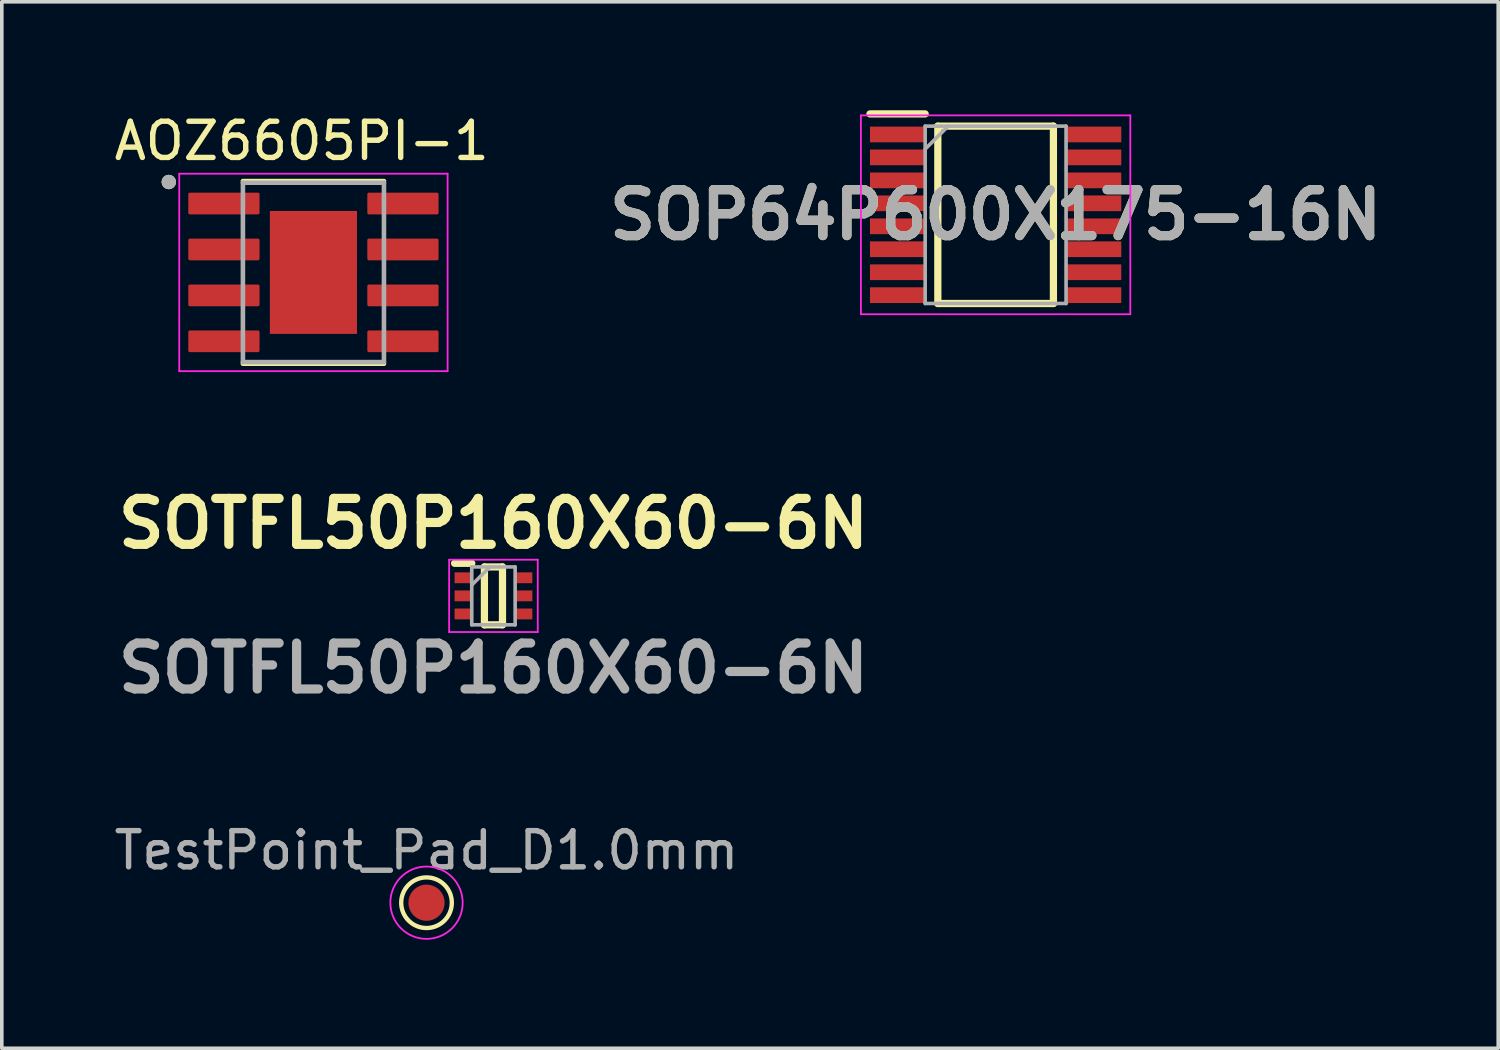
<source format=kicad_pcb>
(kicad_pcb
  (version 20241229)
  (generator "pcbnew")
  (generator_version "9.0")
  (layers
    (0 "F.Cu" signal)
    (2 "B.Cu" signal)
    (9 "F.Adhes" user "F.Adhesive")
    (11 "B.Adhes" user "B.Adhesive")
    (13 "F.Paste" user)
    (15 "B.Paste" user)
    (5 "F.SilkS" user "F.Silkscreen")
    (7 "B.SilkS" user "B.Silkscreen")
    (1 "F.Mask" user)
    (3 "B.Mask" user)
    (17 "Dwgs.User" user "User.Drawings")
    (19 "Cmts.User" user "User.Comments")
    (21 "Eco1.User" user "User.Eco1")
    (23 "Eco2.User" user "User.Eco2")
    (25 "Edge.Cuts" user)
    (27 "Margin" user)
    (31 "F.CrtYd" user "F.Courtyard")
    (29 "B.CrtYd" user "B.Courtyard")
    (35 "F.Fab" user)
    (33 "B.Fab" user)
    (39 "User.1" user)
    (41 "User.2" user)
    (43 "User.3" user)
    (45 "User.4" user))
  (footprint "TestPoint_Pad_D1.0mm"
    (layer "F.Cu")
    (at 8.744 21.912)
    (property "Reference" "TestPoint_Pad_D1.0mm" (at 0 -1.448 0) (layer "F.Fab") (effects (font (size 1 1) (thickness 0.15))))
    (attr exclude_from_pos_files)
    (fp_circle (center 0 0) (end 0 0.7) (stroke (width 0.12) (type solid)) (fill no) (layer "F.SilkS"))
    (fp_circle (center 0 0) (end 1 0) (stroke (width 0.05) (type solid)) (fill no) (layer "F.CrtYd"))
    (pad "1" smd circle (at 0 0) (size 1 1) (layers "F.Cu" "F.Mask")))
  (footprint "SOP64P600X175-16N"
    (layer "F.Cu")
    (at 24.481 2.89)
    (property "Reference" "SOP64P600X175-16N" (at 0 0 0) (layer "F.SilkS") (effects (font (size 1.27 1.27) (thickness 0.254))))
    (attr smd)
    (fp_line (start -3.475 -2.79) (end -1.948 -2.79) (stroke (width 0.2) (type solid)) (layer "F.SilkS"))
    (fp_line (start -1.598 -2.452) (end 1.598 -2.452) (stroke (width 0.2) (type solid)) (layer "F.SilkS"))
    (fp_line (start -1.598 2.452) (end -1.598 -2.452) (stroke (width 0.2) (type solid)) (layer "F.SilkS"))
    (fp_line (start 1.598 -2.452) (end 1.598 2.452) (stroke (width 0.2) (type solid)) (layer "F.SilkS"))
    (fp_line (start 1.598 2.452) (end -1.598 2.452) (stroke (width 0.2) (type solid)) (layer "F.SilkS"))
    (fp_line (start -3.725 -2.75) (end 3.725 -2.75) (stroke (width 0.05) (type solid)) (layer "F.CrtYd"))
    (fp_line (start -3.725 2.75) (end -3.725 -2.75) (stroke (width 0.05) (type solid)) (layer "F.CrtYd"))
    (fp_line (start 3.725 -2.75) (end 3.725 2.75) (stroke (width 0.05) (type solid)) (layer "F.CrtYd"))
    (fp_line (start 3.725 2.75) (end -3.725 2.75) (stroke (width 0.05) (type solid)) (layer "F.CrtYd"))
    (fp_line (start -1.948 -2.452) (end 1.948 -2.452) (stroke (width 0.1) (type solid)) (layer "F.Fab"))
    (fp_line (start -1.948 -1.818) (end -1.312 -2.452) (stroke (width 0.1) (type solid)) (layer "F.Fab"))
    (fp_line (start -1.948 2.452) (end -1.948 -2.452) (stroke (width 0.1) (type solid)) (layer "F.Fab"))
    (fp_line (start 1.948 -2.452) (end 1.948 2.452) (stroke (width 0.1) (type solid)) (layer "F.Fab"))
    (fp_line (start 1.948 2.452) (end -1.948 2.452) (stroke (width 0.1) (type solid)) (layer "F.Fab"))
    (fp_text user "${REFERENCE}" (at 0 0 0) (layer "F.Fab") (effects (font (size 1.27 1.27) (thickness 0.254))))
    (pad "1" smd rect (at -2.711 -2.222 90) (size 0.435 1.528) (layers "F.Cu" "F.Mask" "F.Paste"))
    (pad "2" smd rect (at -2.711 -1.588 90) (size 0.435 1.528) (layers "F.Cu" "F.Mask" "F.Paste"))
    (pad "3" smd rect (at -2.711 -0.952 90) (size 0.435 1.528) (layers "F.Cu" "F.Mask" "F.Paste"))
    (pad "4" smd rect (at -2.711 -0.318 90) (size 0.435 1.528) (layers "F.Cu" "F.Mask" "F.Paste"))
    (pad "5" smd rect (at -2.711 0.318 90) (size 0.435 1.528) (layers "F.Cu" "F.Mask" "F.Paste"))
    (pad "6" smd rect (at -2.711 0.952 90) (size 0.435 1.528) (layers "F.Cu" "F.Mask" "F.Paste"))
    (pad "7" smd rect (at -2.711 1.588 90) (size 0.435 1.528) (layers "F.Cu" "F.Mask" "F.Paste"))
    (pad "8" smd rect (at -2.711 2.222 90) (size 0.435 1.528) (layers "F.Cu" "F.Mask" "F.Paste"))
    (pad "9" smd rect (at 2.711 2.222 90) (size 0.435 1.528) (layers "F.Cu" "F.Mask" "F.Paste"))
    (pad "10" smd rect (at 2.711 1.588 90) (size 0.435 1.528) (layers "F.Cu" "F.Mask" "F.Paste"))
    (pad "11" smd rect (at 2.711 0.952 90) (size 0.435 1.528) (layers "F.Cu" "F.Mask" "F.Paste"))
    (pad "12" smd rect (at 2.711 0.318 90) (size 0.435 1.528) (layers "F.Cu" "F.Mask" "F.Paste"))
    (pad "13" smd rect (at 2.711 -0.318 90) (size 0.435 1.528) (layers "F.Cu" "F.Mask" "F.Paste"))
    (pad "14" smd rect (at 2.711 -0.952 90) (size 0.435 1.528) (layers "F.Cu" "F.Mask" "F.Paste"))
    (pad "15" smd rect (at 2.711 -1.588 90) (size 0.435 1.528) (layers "F.Cu" "F.Mask" "F.Paste"))
    (pad "16" smd rect (at 2.711 -2.222 90) (size 0.435 1.528) (layers "F.Cu" "F.Mask" "F.Paste")))
  (footprint "SOTFL50P160X60-6N"
    (layer "F.Cu")
    (at 10.595 13.427)
    (property "Reference" "SOTFL50P160X60-6N" (at 0 -2 0) (layer "F.SilkS") (effects (font (size 1.27 1.27) (thickness 0.254))))
    (attr smd)
    (fp_line (start -1.075 -0.9) (end -0.6 -0.9) (stroke (width 0.2) (type solid)) (layer "F.SilkS"))
    (fp_line (start -0.25 -0.8) (end 0.25 -0.8) (stroke (width 0.2) (type solid)) (layer "F.SilkS"))
    (fp_line (start -0.25 0.8) (end -0.25 -0.8) (stroke (width 0.2) (type solid)) (layer "F.SilkS"))
    (fp_line (start 0.25 -0.8) (end 0.25 0.8) (stroke (width 0.2) (type solid)) (layer "F.SilkS"))
    (fp_line (start 0.25 0.8) (end -0.25 0.8) (stroke (width 0.2) (type solid)) (layer "F.SilkS"))
    (fp_line (start -1.225 -1) (end 1.225 -1) (stroke (width 0.05) (type solid)) (layer "F.CrtYd"))
    (fp_line (start -1.225 1) (end -1.225 -1) (stroke (width 0.05) (type solid)) (layer "F.CrtYd"))
    (fp_line (start 1.225 -1) (end 1.225 1) (stroke (width 0.05) (type solid)) (layer "F.CrtYd"))
    (fp_line (start 1.225 1) (end -1.225 1) (stroke (width 0.05) (type solid)) (layer "F.CrtYd"))
    (fp_line (start -0.6 -0.8) (end 0.6 -0.8) (stroke (width 0.1) (type solid)) (layer "F.Fab"))
    (fp_line (start -0.6 -0.3) (end -0.1 -0.8) (stroke (width 0.1) (type solid)) (layer "F.Fab"))
    (fp_line (start -0.6 0.8) (end -0.6 -0.8) (stroke (width 0.1) (type solid)) (layer "F.Fab"))
    (fp_line (start 0.6 -0.8) (end 0.6 0.8) (stroke (width 0.1) (type solid)) (layer "F.Fab"))
    (fp_line (start 0.6 0.8) (end -0.6 0.8) (stroke (width 0.1) (type solid)) (layer "F.Fab"))
    (fp_text user "${REFERENCE}" (at 0 2 0) (layer "F.Fab") (effects (font (size 1.27 1.27) (thickness 0.254))))
    (pad "1" smd rect (at -0.838 -0.5 90) (size 0.3 0.475) (layers "F.Cu" "F.Mask" "F.Paste"))
    (pad "2" smd rect (at -0.838 0 90) (size 0.3 0.475) (layers "F.Cu" "F.Mask" "F.Paste"))
    (pad "3" smd rect (at -0.838 0.5 90) (size 0.3 0.475) (layers "F.Cu" "F.Mask" "F.Paste"))
    (pad "4" smd rect (at 0.838 0.5 90) (size 0.3 0.475) (layers "F.Cu" "F.Mask" "F.Paste"))
    (pad "5" smd rect (at 0.838 0 90) (size 0.3 0.475) (layers "F.Cu" "F.Mask" "F.Paste"))
    (pad "6" smd rect (at 0.838 -0.5 90) (size 0.3 0.475) (layers "F.Cu" "F.Mask" "F.Paste")))
  (footprint "AOZ6605PI-1"
    (layer "F.Cu")
    (at 5.617 4.483)
    (property "Reference" "AOZ6605PI-1" (at -0.325 -3.635 0) (layer "F.SilkS") (effects (font (size 1 1) (thickness 0.15))))
    (attr smd)
    (fp_line (start -1.95 -2.525) (end 1.95 -2.525) (stroke (width 0.127) (type solid)) (layer "F.SilkS"))
    (fp_line (start -1.95 2.525) (end 1.95 2.525) (stroke (width 0.127) (type solid)) (layer "F.SilkS"))
    (fp_circle (center -4 -2.5) (end -3.9 -2.5) (stroke (width 0.2) (type solid)) (fill no) (layer "F.SilkS"))
    (fp_poly (pts (xy -0.76 -1.075) (xy 0.76 -1.075) (xy 0.76 1.075) (xy -0.76 1.075)) (stroke (width 0.01) (type solid)) (fill yes) (layer "F.Paste"))
    (fp_line (start -3.71 -2.73) (end -3.71 2.73) (stroke (width 0.05) (type solid)) (layer "F.CrtYd"))
    (fp_line (start -3.71 -2.73) (end 3.71 -2.73) (stroke (width 0.05) (type solid)) (layer "F.CrtYd"))
    (fp_line (start -3.71 2.73) (end 3.71 2.73) (stroke (width 0.05) (type solid)) (layer "F.CrtYd"))
    (fp_line (start 3.71 -2.73) (end 3.71 2.73) (stroke (width 0.05) (type solid)) (layer "F.CrtYd"))
    (fp_line (start -1.95 -2.48) (end -1.95 2.48) (stroke (width 0.127) (type solid)) (layer "F.Fab"))
    (fp_line (start -1.95 -2.48) (end 1.95 -2.48) (stroke (width 0.127) (type solid)) (layer "F.Fab"))
    (fp_line (start -1.95 2.48) (end 1.95 2.48) (stroke (width 0.127) (type solid)) (layer "F.Fab"))
    (fp_line (start 1.95 -2.48) (end 1.95 2.48) (stroke (width 0.127) (type solid)) (layer "F.Fab"))
    (fp_circle (center -4 -2.5) (end -3.9 -2.5) (stroke (width 0.2) (type solid)) (fill no) (layer "F.Fab"))
    (pad "1" smd roundrect (at -2.475 -1.905) (size 1.97 0.6) (layers "F.Cu" "F.Mask" "F.Paste") (roundrect_rratio 0.07))
    (pad "2" smd roundrect (at -2.475 -0.635) (size 1.97 0.6) (layers "F.Cu" "F.Mask" "F.Paste") (roundrect_rratio 0.07))
    (pad "3" smd roundrect (at -2.475 0.635) (size 1.97 0.6) (layers "F.Cu" "F.Mask" "F.Paste") (roundrect_rratio 0.07))
    (pad "4" smd roundrect (at -2.475 1.905) (size 1.97 0.6) (layers "F.Cu" "F.Mask" "F.Paste") (roundrect_rratio 0.07))
    (pad "5" smd roundrect (at 2.475 1.905) (size 1.97 0.6) (layers "F.Cu" "F.Mask" "F.Paste") (roundrect_rratio 0.07))
    (pad "6" smd roundrect (at 2.475 0.635) (size 1.97 0.6) (layers "F.Cu" "F.Mask" "F.Paste") (roundrect_rratio 0.07))
    (pad "7" smd roundrect (at 2.475 -0.635) (size 1.97 0.6) (layers "F.Cu" "F.Mask" "F.Paste") (roundrect_rratio 0.07))
    (pad "8" smd roundrect (at 2.475 -1.905) (size 1.97 0.6) (layers "F.Cu" "F.Mask" "F.Paste") (roundrect_rratio 0.07))
    (pad "9" smd rect (at 0 0) (size 2.41 3.4) (layers "F.Cu" "F.Mask")))
  (gr_rect
    (start -3 -3)
    (end 38.379 25.937)
    (stroke (width 0.1) (type default))
    (fill no)
    (layer "Edge.Cuts")))
</source>
